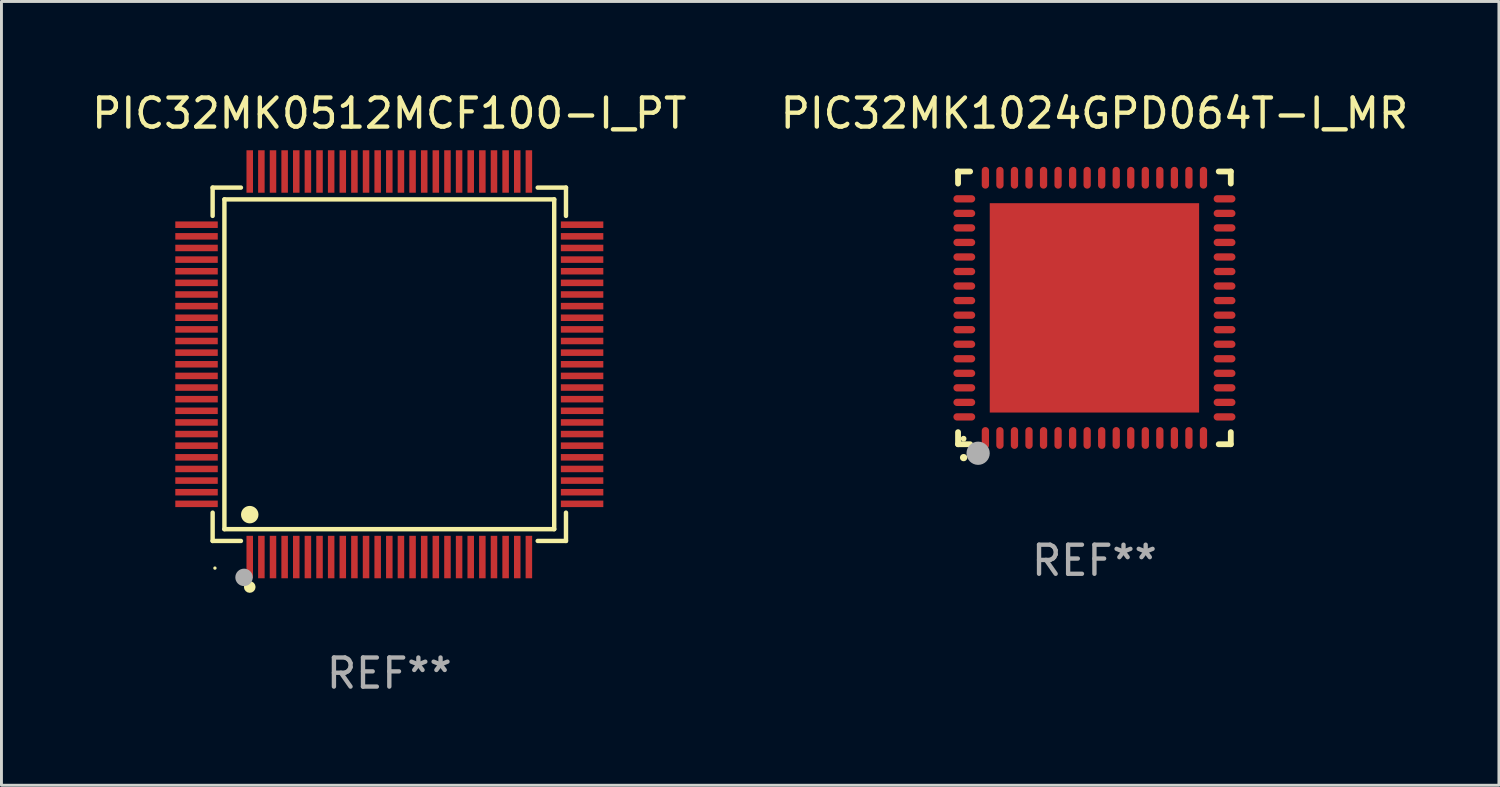
<source format=kicad_pcb>
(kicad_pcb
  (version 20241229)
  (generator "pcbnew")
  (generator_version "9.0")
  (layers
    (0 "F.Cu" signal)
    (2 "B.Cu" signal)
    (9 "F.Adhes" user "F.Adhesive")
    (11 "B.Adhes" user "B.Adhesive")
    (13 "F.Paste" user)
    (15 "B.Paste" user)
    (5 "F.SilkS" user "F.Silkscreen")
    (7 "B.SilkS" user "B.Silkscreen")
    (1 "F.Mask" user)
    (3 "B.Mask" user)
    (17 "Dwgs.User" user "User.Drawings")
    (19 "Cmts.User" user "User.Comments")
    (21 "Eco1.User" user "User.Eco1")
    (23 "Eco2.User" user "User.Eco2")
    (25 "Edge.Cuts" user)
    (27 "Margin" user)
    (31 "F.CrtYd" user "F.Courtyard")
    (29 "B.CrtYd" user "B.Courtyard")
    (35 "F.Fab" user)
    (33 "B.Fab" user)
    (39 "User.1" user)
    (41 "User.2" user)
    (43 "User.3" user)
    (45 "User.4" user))
  (footprint "PIC32MK0512MCF100-I_PT"
    (layer "F.Cu")
    (at 10.339 9.478)
    (property "Reference" "PIC32MK0512MCF100-I_PT" (at 0 -8.63 0) (layer "F.SilkS") (effects (font (size 1 1) (thickness 0.15))))
    (attr through_hole)
    (fp_line (start -6.076 -6.076) (end -5.103 -6.076) (stroke (width 0.152) (type solid)) (layer "F.SilkS"))
    (fp_line (start -6.076 -5.103) (end -6.076 -6.076) (stroke (width 0.152) (type solid)) (layer "F.SilkS"))
    (fp_line (start -6.076 5.103) (end -6.076 6.076) (stroke (width 0.152) (type solid)) (layer "F.SilkS"))
    (fp_line (start -6.076 6.076) (end -5.103 6.076) (stroke (width 0.152) (type solid)) (layer "F.SilkS"))
    (fp_line (start -5.671 -5.671) (end 5.671 -5.671) (stroke (width 0.152) (type solid)) (layer "F.SilkS"))
    (fp_line (start -5.671 5.671) (end -5.671 -5.671) (stroke (width 0.152) (type solid)) (layer "F.SilkS"))
    (fp_line (start 5.671 -5.671) (end 5.671 5.671) (stroke (width 0.152) (type solid)) (layer "F.SilkS"))
    (fp_line (start 5.671 5.671) (end -5.671 5.671) (stroke (width 0.152) (type solid)) (layer "F.SilkS"))
    (fp_line (start 6.076 -6.076) (end 5.103 -6.076) (stroke (width 0.152) (type solid)) (layer "F.SilkS"))
    (fp_line (start 6.076 -5.103) (end 6.076 -6.076) (stroke (width 0.152) (type solid)) (layer "F.SilkS"))
    (fp_line (start 6.076 5.103) (end 6.076 6.076) (stroke (width 0.152) (type solid)) (layer "F.SilkS"))
    (fp_line (start 6.076 6.076) (end 5.103 6.076) (stroke (width 0.152) (type solid)) (layer "F.SilkS"))
    (fp_circle (center -5.997 7.01) (end -5.967 7.01) (stroke (width 0.06) (type solid)) (fill no) (layer "F.SilkS"))
    (fp_circle (center -4.8 5.171) (end -4.65 5.171) (stroke (width 0.3) (type solid)) (fill no) (layer "F.SilkS"))
    (fp_circle (center -4.8 7.66) (end -4.7 7.66) (stroke (width 0.2) (type solid)) (fill no) (layer "F.SilkS"))
    (fp_circle (center -4.996 7.329) (end -4.846 7.329) (stroke (width 0.3) (type solid)) (fill no) (layer "F.Fab"))
    (fp_text user "REF**" (at 0 10.63 0) (layer "F.Fab") (effects (font (size 1 1) (thickness 0.15))))
    (pad "1" smd rect (at -4.8 6.63) (size 0.224 1.46) (layers "F.Cu" "F.Mask" "F.Paste"))
    (pad "2" smd rect (at -4.4 6.63) (size 0.224 1.46) (layers "F.Cu" "F.Mask" "F.Paste"))
    (pad "3" smd rect (at -4 6.63) (size 0.224 1.46) (layers "F.Cu" "F.Mask" "F.Paste"))
    (pad "4" smd rect (at -3.6 6.63) (size 0.224 1.46) (layers "F.Cu" "F.Mask" "F.Paste"))
    (pad "5" smd rect (at -3.2 6.63) (size 0.224 1.46) (layers "F.Cu" "F.Mask" "F.Paste"))
    (pad "6" smd rect (at -2.8 6.63) (size 0.224 1.46) (layers "F.Cu" "F.Mask" "F.Paste"))
    (pad "7" smd rect (at -2.4 6.63) (size 0.224 1.46) (layers "F.Cu" "F.Mask" "F.Paste"))
    (pad "8" smd rect (at -2 6.63) (size 0.224 1.46) (layers "F.Cu" "F.Mask" "F.Paste"))
    (pad "9" smd rect (at -1.6 6.63) (size 0.224 1.46) (layers "F.Cu" "F.Mask" "F.Paste"))
    (pad "10" smd rect (at -1.2 6.63) (size 0.224 1.46) (layers "F.Cu" "F.Mask" "F.Paste"))
    (pad "11" smd rect (at -0.8 6.63) (size 0.224 1.46) (layers "F.Cu" "F.Mask" "F.Paste"))
    (pad "12" smd rect (at -0.4 6.63) (size 0.224 1.46) (layers "F.Cu" "F.Mask" "F.Paste"))
    (pad "13" smd rect (at 0 6.63) (size 0.224 1.46) (layers "F.Cu" "F.Mask" "F.Paste"))
    (pad "14" smd rect (at 0.4 6.63) (size 0.224 1.46) (layers "F.Cu" "F.Mask" "F.Paste"))
    (pad "15" smd rect (at 0.8 6.63) (size 0.224 1.46) (layers "F.Cu" "F.Mask" "F.Paste"))
    (pad "16" smd rect (at 1.2 6.63) (size 0.224 1.46) (layers "F.Cu" "F.Mask" "F.Paste"))
    (pad "17" smd rect (at 1.6 6.63) (size 0.224 1.46) (layers "F.Cu" "F.Mask" "F.Paste"))
    (pad "18" smd rect (at 2 6.63) (size 0.224 1.46) (layers "F.Cu" "F.Mask" "F.Paste"))
    (pad "19" smd rect (at 2.4 6.63) (size 0.224 1.46) (layers "F.Cu" "F.Mask" "F.Paste"))
    (pad "20" smd rect (at 2.8 6.63) (size 0.224 1.46) (layers "F.Cu" "F.Mask" "F.Paste"))
    (pad "21" smd rect (at 3.2 6.63) (size 0.224 1.46) (layers "F.Cu" "F.Mask" "F.Paste"))
    (pad "22" smd rect (at 3.6 6.63) (size 0.224 1.46) (layers "F.Cu" "F.Mask" "F.Paste"))
    (pad "23" smd rect (at 4 6.63) (size 0.224 1.46) (layers "F.Cu" "F.Mask" "F.Paste"))
    (pad "24" smd rect (at 4.4 6.63) (size 0.224 1.46) (layers "F.Cu" "F.Mask" "F.Paste"))
    (pad "25" smd rect (at 4.8 6.63) (size 0.224 1.46) (layers "F.Cu" "F.Mask" "F.Paste"))
    (pad "26" smd rect (at 6.63 4.8) (size 1.46 0.224) (layers "F.Cu" "F.Mask" "F.Paste"))
    (pad "27" smd rect (at 6.63 4.4) (size 1.46 0.224) (layers "F.Cu" "F.Mask" "F.Paste"))
    (pad "28" smd rect (at 6.63 4) (size 1.46 0.224) (layers "F.Cu" "F.Mask" "F.Paste"))
    (pad "29" smd rect (at 6.63 3.6) (size 1.46 0.224) (layers "F.Cu" "F.Mask" "F.Paste"))
    (pad "30" smd rect (at 6.63 3.2) (size 1.46 0.224) (layers "F.Cu" "F.Mask" "F.Paste"))
    (pad "31" smd rect (at 6.63 2.8) (size 1.46 0.224) (layers "F.Cu" "F.Mask" "F.Paste"))
    (pad "32" smd rect (at 6.63 2.4) (size 1.46 0.224) (layers "F.Cu" "F.Mask" "F.Paste"))
    (pad "33" smd rect (at 6.63 2) (size 1.46 0.224) (layers "F.Cu" "F.Mask" "F.Paste"))
    (pad "34" smd rect (at 6.63 1.6) (size 1.46 0.224) (layers "F.Cu" "F.Mask" "F.Paste"))
    (pad "35" smd rect (at 6.63 1.2) (size 1.46 0.224) (layers "F.Cu" "F.Mask" "F.Paste"))
    (pad "36" smd rect (at 6.63 0.8) (size 1.46 0.224) (layers "F.Cu" "F.Mask" "F.Paste"))
    (pad "37" smd rect (at 6.63 0.4) (size 1.46 0.224) (layers "F.Cu" "F.Mask" "F.Paste"))
    (pad "38" smd rect (at 6.63 0) (size 1.46 0.224) (layers "F.Cu" "F.Mask" "F.Paste"))
    (pad "39" smd rect (at 6.63 -0.4) (size 1.46 0.224) (layers "F.Cu" "F.Mask" "F.Paste"))
    (pad "40" smd rect (at 6.63 -0.8) (size 1.46 0.224) (layers "F.Cu" "F.Mask" "F.Paste"))
    (pad "41" smd rect (at 6.63 -1.2) (size 1.46 0.224) (layers "F.Cu" "F.Mask" "F.Paste"))
    (pad "42" smd rect (at 6.63 -1.6) (size 1.46 0.224) (layers "F.Cu" "F.Mask" "F.Paste"))
    (pad "43" smd rect (at 6.63 -2) (size 1.46 0.224) (layers "F.Cu" "F.Mask" "F.Paste"))
    (pad "44" smd rect (at 6.63 -2.4) (size 1.46 0.224) (layers "F.Cu" "F.Mask" "F.Paste"))
    (pad "45" smd rect (at 6.63 -2.8) (size 1.46 0.224) (layers "F.Cu" "F.Mask" "F.Paste"))
    (pad "46" smd rect (at 6.63 -3.2) (size 1.46 0.224) (layers "F.Cu" "F.Mask" "F.Paste"))
    (pad "47" smd rect (at 6.63 -3.6) (size 1.46 0.224) (layers "F.Cu" "F.Mask" "F.Paste"))
    (pad "48" smd rect (at 6.63 -4) (size 1.46 0.224) (layers "F.Cu" "F.Mask" "F.Paste"))
    (pad "49" smd rect (at 6.63 -4.4) (size 1.46 0.224) (layers "F.Cu" "F.Mask" "F.Paste"))
    (pad "50" smd rect (at 6.63 -4.8) (size 1.46 0.224) (layers "F.Cu" "F.Mask" "F.Paste"))
    (pad "51" smd rect (at 4.8 -6.63) (size 0.224 1.46) (layers "F.Cu" "F.Mask" "F.Paste"))
    (pad "52" smd rect (at 4.4 -6.63) (size 0.224 1.46) (layers "F.Cu" "F.Mask" "F.Paste"))
    (pad "53" smd rect (at 4 -6.63) (size 0.224 1.46) (layers "F.Cu" "F.Mask" "F.Paste"))
    (pad "54" smd rect (at 3.6 -6.63) (size 0.224 1.46) (layers "F.Cu" "F.Mask" "F.Paste"))
    (pad "55" smd rect (at 3.2 -6.63) (size 0.224 1.46) (layers "F.Cu" "F.Mask" "F.Paste"))
    (pad "56" smd rect (at 2.8 -6.63) (size 0.224 1.46) (layers "F.Cu" "F.Mask" "F.Paste"))
    (pad "57" smd rect (at 2.4 -6.63) (size 0.224 1.46) (layers "F.Cu" "F.Mask" "F.Paste"))
    (pad "58" smd rect (at 2 -6.63) (size 0.224 1.46) (layers "F.Cu" "F.Mask" "F.Paste"))
    (pad "59" smd rect (at 1.6 -6.63) (size 0.224 1.46) (layers "F.Cu" "F.Mask" "F.Paste"))
    (pad "60" smd rect (at 1.2 -6.63) (size 0.224 1.46) (layers "F.Cu" "F.Mask" "F.Paste"))
    (pad "61" smd rect (at 0.8 -6.63) (size 0.224 1.46) (layers "F.Cu" "F.Mask" "F.Paste"))
    (pad "62" smd rect (at 0.4 -6.63) (size 0.224 1.46) (layers "F.Cu" "F.Mask" "F.Paste"))
    (pad "63" smd rect (at 0 -6.63) (size 0.224 1.46) (layers "F.Cu" "F.Mask" "F.Paste"))
    (pad "64" smd rect (at -0.4 -6.63) (size 0.224 1.46) (layers "F.Cu" "F.Mask" "F.Paste"))
    (pad "65" smd rect (at -0.8 -6.63) (size 0.224 1.46) (layers "F.Cu" "F.Mask" "F.Paste"))
    (pad "66" smd rect (at -1.2 -6.63) (size 0.224 1.46) (layers "F.Cu" "F.Mask" "F.Paste"))
    (pad "67" smd rect (at -1.6 -6.63) (size 0.224 1.46) (layers "F.Cu" "F.Mask" "F.Paste"))
    (pad "68" smd rect (at -2 -6.63) (size 0.224 1.46) (layers "F.Cu" "F.Mask" "F.Paste"))
    (pad "69" smd rect (at -2.4 -6.63) (size 0.224 1.46) (layers "F.Cu" "F.Mask" "F.Paste"))
    (pad "70" smd rect (at -2.8 -6.63) (size 0.224 1.46) (layers "F.Cu" "F.Mask" "F.Paste"))
    (pad "71" smd rect (at -3.2 -6.63) (size 0.224 1.46) (layers "F.Cu" "F.Mask" "F.Paste"))
    (pad "72" smd rect (at -3.6 -6.63) (size 0.224 1.46) (layers "F.Cu" "F.Mask" "F.Paste"))
    (pad "73" smd rect (at -4 -6.63) (size 0.224 1.46) (layers "F.Cu" "F.Mask" "F.Paste"))
    (pad "74" smd rect (at -4.4 -6.63) (size 0.224 1.46) (layers "F.Cu" "F.Mask" "F.Paste"))
    (pad "75" smd rect (at -4.8 -6.63) (size 0.224 1.46) (layers "F.Cu" "F.Mask" "F.Paste"))
    (pad "76" smd rect (at -6.63 -4.8) (size 1.46 0.224) (layers "F.Cu" "F.Mask" "F.Paste"))
    (pad "77" smd rect (at -6.63 -4.4) (size 1.46 0.224) (layers "F.Cu" "F.Mask" "F.Paste"))
    (pad "78" smd rect (at -6.63 -4) (size 1.46 0.224) (layers "F.Cu" "F.Mask" "F.Paste"))
    (pad "79" smd rect (at -6.63 -3.6) (size 1.46 0.224) (layers "F.Cu" "F.Mask" "F.Paste"))
    (pad "80" smd rect (at -6.63 -3.2) (size 1.46 0.224) (layers "F.Cu" "F.Mask" "F.Paste"))
    (pad "81" smd rect (at -6.63 -2.8) (size 1.46 0.224) (layers "F.Cu" "F.Mask" "F.Paste"))
    (pad "82" smd rect (at -6.63 -2.4) (size 1.46 0.224) (layers "F.Cu" "F.Mask" "F.Paste"))
    (pad "83" smd rect (at -6.63 -2) (size 1.46 0.224) (layers "F.Cu" "F.Mask" "F.Paste"))
    (pad "84" smd rect (at -6.63 -1.6) (size 1.46 0.224) (layers "F.Cu" "F.Mask" "F.Paste"))
    (pad "85" smd rect (at -6.63 -1.2) (size 1.46 0.224) (layers "F.Cu" "F.Mask" "F.Paste"))
    (pad "86" smd rect (at -6.63 -0.8) (size 1.46 0.224) (layers "F.Cu" "F.Mask" "F.Paste"))
    (pad "87" smd rect (at -6.63 -0.4) (size 1.46 0.224) (layers "F.Cu" "F.Mask" "F.Paste"))
    (pad "88" smd rect (at -6.63 0) (size 1.46 0.224) (layers "F.Cu" "F.Mask" "F.Paste"))
    (pad "89" smd rect (at -6.63 0.4) (size 1.46 0.224) (layers "F.Cu" "F.Mask" "F.Paste"))
    (pad "90" smd rect (at -6.63 0.8) (size 1.46 0.224) (layers "F.Cu" "F.Mask" "F.Paste"))
    (pad "91" smd rect (at -6.63 1.2) (size 1.46 0.224) (layers "F.Cu" "F.Mask" "F.Paste"))
    (pad "92" smd rect (at -6.63 1.6) (size 1.46 0.224) (layers "F.Cu" "F.Mask" "F.Paste"))
    (pad "93" smd rect (at -6.63 2) (size 1.46 0.224) (layers "F.Cu" "F.Mask" "F.Paste"))
    (pad "94" smd rect (at -6.63 2.4) (size 1.46 0.224) (layers "F.Cu" "F.Mask" "F.Paste"))
    (pad "95" smd rect (at -6.63 2.8) (size 1.46 0.224) (layers "F.Cu" "F.Mask" "F.Paste"))
    (pad "96" smd rect (at -6.63 3.2) (size 1.46 0.224) (layers "F.Cu" "F.Mask" "F.Paste"))
    (pad "97" smd rect (at -6.63 3.6) (size 1.46 0.224) (layers "F.Cu" "F.Mask" "F.Paste"))
    (pad "98" smd rect (at -6.63 4) (size 1.46 0.224) (layers "F.Cu" "F.Mask" "F.Paste"))
    (pad "99" smd rect (at -6.63 4.4) (size 1.46 0.224) (layers "F.Cu" "F.Mask" "F.Paste"))
    (pad "100" smd rect (at -6.63 4.8) (size 1.46 0.224) (layers "F.Cu" "F.Mask" "F.Paste")))
  (footprint "PIC32MK1024GPD064T-I_MR"
    (layer "F.Cu")
    (at 34.589 7.538)
    (property "Reference" "PIC32MK1024GPD064T-I_MR" (at 0 -6.69 0) (layer "F.SilkS") (effects (font (size 1 1) (thickness 0.15))))
    (attr through_hole)
    (fp_line (start -4.69 -4.69) (end -4.275 -4.69) (stroke (width 0.2) (type solid)) (layer "F.SilkS"))
    (fp_line (start -4.69 -4.275) (end -4.69 -4.69) (stroke (width 0.2) (type solid)) (layer "F.SilkS"))
    (fp_line (start -4.69 4.69) (end -4.69 4.275) (stroke (width 0.2) (type solid)) (layer "F.SilkS"))
    (fp_line (start -4.275 4.69) (end -4.69 4.69) (stroke (width 0.2) (type solid)) (layer "F.SilkS"))
    (fp_line (start 4.275 4.69) (end 4.69 4.69) (stroke (width 0.2) (type solid)) (layer "F.SilkS"))
    (fp_line (start 4.69 -4.69) (end 4.275 -4.69) (stroke (width 0.2) (type solid)) (layer "F.SilkS"))
    (fp_line (start 4.69 -4.275) (end 4.69 -4.69) (stroke (width 0.2) (type solid)) (layer "F.SilkS"))
    (fp_line (start 4.69 4.69) (end 4.69 4.275) (stroke (width 0.2) (type solid)) (layer "F.SilkS"))
    (fp_arc (start -4.499886 5.15) (mid -4.498616 5.149994) (end -4.497346 5.15) (stroke (width 0.24892) (type solid)) (layer "F.SilkS"))
    (fp_circle (center -4.5 4.5) (end -4.45 4.5) (stroke (width 0.1) (type solid)) (fill no) (layer "F.SilkS"))
    (fp_circle (center -4 5) (end -3.8 5) (stroke (width 0.4) (type solid)) (fill no) (layer "F.Fab"))
    (fp_text user "REF**" (at 0 8.69 0) (layer "F.Fab") (effects (font (size 1 1) (thickness 0.15))))
    (pad "1" smd oval (at -3.75 4.475) (size 0.25 0.75) (layers "F.Cu" "F.Mask" "F.Paste"))
    (pad "2" smd oval (at -3.25 4.475) (size 0.25 0.75) (layers "F.Cu" "F.Mask" "F.Paste"))
    (pad "3" smd oval (at -2.75 4.475) (size 0.25 0.75) (layers "F.Cu" "F.Mask" "F.Paste"))
    (pad "4" smd oval (at -2.25 4.475) (size 0.25 0.75) (layers "F.Cu" "F.Mask" "F.Paste"))
    (pad "5" smd oval (at -1.75 4.475) (size 0.25 0.75) (layers "F.Cu" "F.Mask" "F.Paste"))
    (pad "6" smd oval (at -1.25 4.475) (size 0.25 0.75) (layers "F.Cu" "F.Mask" "F.Paste"))
    (pad "7" smd oval (at -0.75 4.475) (size 0.25 0.75) (layers "F.Cu" "F.Mask" "F.Paste"))
    (pad "8" smd oval (at -0.25 4.475) (size 0.25 0.75) (layers "F.Cu" "F.Mask" "F.Paste"))
    (pad "9" smd oval (at 0.25 4.475) (size 0.25 0.75) (layers "F.Cu" "F.Mask" "F.Paste"))
    (pad "10" smd oval (at 0.75 4.475) (size 0.25 0.75) (layers "F.Cu" "F.Mask" "F.Paste"))
    (pad "11" smd oval (at 1.25 4.475) (size 0.25 0.75) (layers "F.Cu" "F.Mask" "F.Paste"))
    (pad "12" smd oval (at 1.75 4.475) (size 0.25 0.75) (layers "F.Cu" "F.Mask" "F.Paste"))
    (pad "13" smd oval (at 2.25 4.475) (size 0.25 0.75) (layers "F.Cu" "F.Mask" "F.Paste"))
    (pad "14" smd oval (at 2.75 4.475) (size 0.25 0.75) (layers "F.Cu" "F.Mask" "F.Paste"))
    (pad "15" smd oval (at 3.25 4.475) (size 0.25 0.75) (layers "F.Cu" "F.Mask" "F.Paste"))
    (pad "16" smd oval (at 3.75 4.475) (size 0.25 0.75) (layers "F.Cu" "F.Mask" "F.Paste"))
    (pad "17" smd oval (at 4.475 3.75) (size 0.75 0.25) (layers "F.Cu" "F.Mask" "F.Paste"))
    (pad "18" smd oval (at 4.475 3.25) (size 0.75 0.25) (layers "F.Cu" "F.Mask" "F.Paste"))
    (pad "19" smd oval (at 4.475 2.75) (size 0.75 0.25) (layers "F.Cu" "F.Mask" "F.Paste"))
    (pad "20" smd oval (at 4.475 2.25) (size 0.75 0.25) (layers "F.Cu" "F.Mask" "F.Paste"))
    (pad "21" smd oval (at 4.475 1.75) (size 0.75 0.25) (layers "F.Cu" "F.Mask" "F.Paste"))
    (pad "22" smd oval (at 4.475 1.25) (size 0.75 0.25) (layers "F.Cu" "F.Mask" "F.Paste"))
    (pad "23" smd oval (at 4.475 0.75) (size 0.75 0.25) (layers "F.Cu" "F.Mask" "F.Paste"))
    (pad "24" smd oval (at 4.475 0.25) (size 0.75 0.25) (layers "F.Cu" "F.Mask" "F.Paste"))
    (pad "25" smd oval (at 4.475 -0.25) (size 0.75 0.25) (layers "F.Cu" "F.Mask" "F.Paste"))
    (pad "26" smd oval (at 4.475 -0.75) (size 0.75 0.25) (layers "F.Cu" "F.Mask" "F.Paste"))
    (pad "27" smd oval (at 4.475 -1.25) (size 0.75 0.25) (layers "F.Cu" "F.Mask" "F.Paste"))
    (pad "28" smd oval (at 4.475 -1.75) (size 0.75 0.25) (layers "F.Cu" "F.Mask" "F.Paste"))
    (pad "29" smd oval (at 4.475 -2.25) (size 0.75 0.25) (layers "F.Cu" "F.Mask" "F.Paste"))
    (pad "30" smd oval (at 4.475 -2.75) (size 0.75 0.25) (layers "F.Cu" "F.Mask" "F.Paste"))
    (pad "31" smd oval (at 4.475 -3.25) (size 0.75 0.25) (layers "F.Cu" "F.Mask" "F.Paste"))
    (pad "32" smd oval (at 4.475 -3.75) (size 0.75 0.25) (layers "F.Cu" "F.Mask" "F.Paste"))
    (pad "33" smd oval (at 3.75 -4.475) (size 0.25 0.75) (layers "F.Cu" "F.Mask" "F.Paste"))
    (pad "34" smd oval (at 3.25 -4.475) (size 0.25 0.75) (layers "F.Cu" "F.Mask" "F.Paste"))
    (pad "35" smd oval (at 2.75 -4.475) (size 0.25 0.75) (layers "F.Cu" "F.Mask" "F.Paste"))
    (pad "36" smd oval (at 2.25 -4.475) (size 0.25 0.75) (layers "F.Cu" "F.Mask" "F.Paste"))
    (pad "37" smd oval (at 1.75 -4.475) (size 0.25 0.75) (layers "F.Cu" "F.Mask" "F.Paste"))
    (pad "38" smd oval (at 1.25 -4.475) (size 0.25 0.75) (layers "F.Cu" "F.Mask" "F.Paste"))
    (pad "39" smd oval (at 0.75 -4.475) (size 0.25 0.75) (layers "F.Cu" "F.Mask" "F.Paste"))
    (pad "40" smd oval (at 0.25 -4.475) (size 0.25 0.75) (layers "F.Cu" "F.Mask" "F.Paste"))
    (pad "41" smd oval (at -0.25 -4.475) (size 0.25 0.75) (layers "F.Cu" "F.Mask" "F.Paste"))
    (pad "42" smd oval (at -0.75 -4.475) (size 0.25 0.75) (layers "F.Cu" "F.Mask" "F.Paste"))
    (pad "43" smd oval (at -1.25 -4.475) (size 0.25 0.75) (layers "F.Cu" "F.Mask" "F.Paste"))
    (pad "44" smd oval (at -1.75 -4.475) (size 0.25 0.75) (layers "F.Cu" "F.Mask" "F.Paste"))
    (pad "45" smd oval (at -2.25 -4.475) (size 0.25 0.75) (layers "F.Cu" "F.Mask" "F.Paste"))
    (pad "46" smd oval (at -2.75 -4.475) (size 0.25 0.75) (layers "F.Cu" "F.Mask" "F.Paste"))
    (pad "47" smd oval (at -3.25 -4.475) (size 0.25 0.75) (layers "F.Cu" "F.Mask" "F.Paste"))
    (pad "48" smd oval (at -3.75 -4.475) (size 0.25 0.75) (layers "F.Cu" "F.Mask" "F.Paste"))
    (pad "49" smd oval (at -4.475 -3.75) (size 0.75 0.25) (layers "F.Cu" "F.Mask" "F.Paste"))
    (pad "50" smd oval (at -4.475 -3.25) (size 0.75 0.25) (layers "F.Cu" "F.Mask" "F.Paste"))
    (pad "51" smd oval (at -4.475 -2.75) (size 0.75 0.25) (layers "F.Cu" "F.Mask" "F.Paste"))
    (pad "52" smd oval (at -4.475 -2.25) (size 0.75 0.25) (layers "F.Cu" "F.Mask" "F.Paste"))
    (pad "53" smd oval (at -4.475 -1.75) (size 0.75 0.25) (layers "F.Cu" "F.Mask" "F.Paste"))
    (pad "54" smd oval (at -4.475 -1.25) (size 0.75 0.25) (layers "F.Cu" "F.Mask" "F.Paste"))
    (pad "55" smd oval (at -4.475 -0.75) (size 0.75 0.25) (layers "F.Cu" "F.Mask" "F.Paste"))
    (pad "56" smd oval (at -4.475 -0.25) (size 0.75 0.25) (layers "F.Cu" "F.Mask" "F.Paste"))
    (pad "57" smd oval (at -4.475 0.25) (size 0.75 0.25) (layers "F.Cu" "F.Mask" "F.Paste"))
    (pad "58" smd oval (at -4.475 0.75) (size 0.75 0.25) (layers "F.Cu" "F.Mask" "F.Paste"))
    (pad "59" smd oval (at -4.475 1.25) (size 0.75 0.25) (layers "F.Cu" "F.Mask" "F.Paste"))
    (pad "60" smd oval (at -4.475 1.75) (size 0.75 0.25) (layers "F.Cu" "F.Mask" "F.Paste"))
    (pad "61" smd oval (at -4.475 2.25) (size 0.75 0.25) (layers "F.Cu" "F.Mask" "F.Paste"))
    (pad "62" smd oval (at -4.475 2.75) (size 0.75 0.25) (layers "F.Cu" "F.Mask" "F.Paste"))
    (pad "63" smd oval (at -4.475 3.25) (size 0.75 0.25) (layers "F.Cu" "F.Mask" "F.Paste"))
    (pad "64" smd oval (at -4.475 3.75) (size 0.75 0.25) (layers "F.Cu" "F.Mask" "F.Paste"))
    (pad "65" smd rect (at 0.000368 0.000013) (size 7.2 7.2) (layers "F.Cu" "F.Mask" "F.Paste")))
  (gr_rect
    (start -3 -3)
    (end 48.5 23.956)
    (stroke (width 0.1) (type default))
    (fill no)
    (layer "Edge.Cuts")))
</source>
